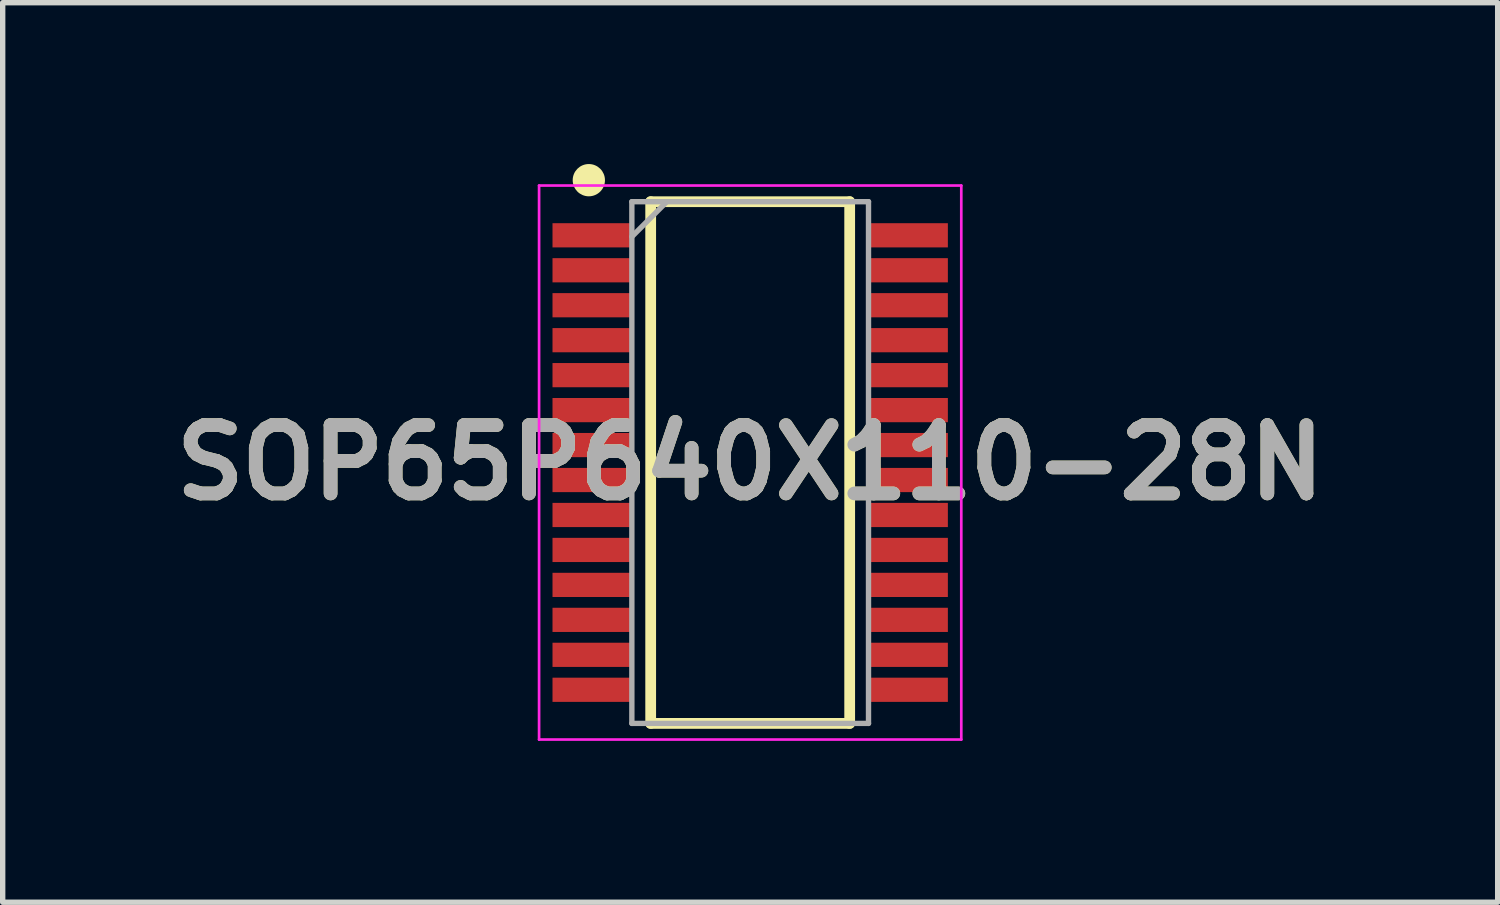
<source format=kicad_pcb>
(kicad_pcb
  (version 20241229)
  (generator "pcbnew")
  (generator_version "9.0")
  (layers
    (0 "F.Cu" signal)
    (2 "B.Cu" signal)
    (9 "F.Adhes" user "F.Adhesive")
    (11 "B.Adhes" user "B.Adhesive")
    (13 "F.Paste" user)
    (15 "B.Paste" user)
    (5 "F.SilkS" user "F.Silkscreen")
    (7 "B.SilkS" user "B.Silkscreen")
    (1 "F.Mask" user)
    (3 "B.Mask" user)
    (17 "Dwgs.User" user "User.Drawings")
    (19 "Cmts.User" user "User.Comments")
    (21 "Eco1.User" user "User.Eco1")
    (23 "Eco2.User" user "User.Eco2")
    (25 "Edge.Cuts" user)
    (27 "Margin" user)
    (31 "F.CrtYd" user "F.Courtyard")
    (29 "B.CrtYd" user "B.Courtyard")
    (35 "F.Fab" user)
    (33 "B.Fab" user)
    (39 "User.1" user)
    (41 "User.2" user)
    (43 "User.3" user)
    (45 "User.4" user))
  (footprint "SOP65P640X110-28N"
    (layer "F.Cu")
    (at 10.898 5.55)
    (property "Reference" "SOP65P640X110-28N" (at 0 0 0) (layer "F.SilkS") (effects (font (size 1.27 1.27) (thickness 0.254))))
    (attr smd)
    (fp_line (start -1.85 -4.85) (end 1.85 -4.85) (stroke (width 0.2) (type solid)) (layer "F.SilkS"))
    (fp_line (start -1.85 4.85) (end -1.85 -4.85) (stroke (width 0.2) (type solid)) (layer "F.SilkS"))
    (fp_line (start 1.85 -4.85) (end 1.85 4.85) (stroke (width 0.2) (type solid)) (layer "F.SilkS"))
    (fp_line (start 1.85 4.85) (end -1.85 4.85) (stroke (width 0.2) (type solid)) (layer "F.SilkS"))
    (fp_circle (center -3 -5.25) (end -2.75 -5.25) (stroke (width 0.1) (type solid)) (fill yes) (layer "F.SilkS"))
    (fp_line (start -3.925 -5.15) (end 3.925 -5.15) (stroke (width 0.05) (type solid)) (layer "F.CrtYd"))
    (fp_line (start -3.925 5.15) (end -3.925 -5.15) (stroke (width 0.05) (type solid)) (layer "F.CrtYd"))
    (fp_line (start 3.925 -5.15) (end 3.925 5.15) (stroke (width 0.05) (type solid)) (layer "F.CrtYd"))
    (fp_line (start 3.925 5.15) (end -3.925 5.15) (stroke (width 0.05) (type solid)) (layer "F.CrtYd"))
    (fp_line (start -2.2 -4.85) (end 2.2 -4.85) (stroke (width 0.1) (type solid)) (layer "F.Fab"))
    (fp_line (start -2.2 -4.2) (end -1.55 -4.85) (stroke (width 0.1) (type solid)) (layer "F.Fab"))
    (fp_line (start -2.2 4.85) (end -2.2 -4.85) (stroke (width 0.1) (type solid)) (layer "F.Fab"))
    (fp_line (start 2.2 -4.85) (end 2.2 4.85) (stroke (width 0.1) (type solid)) (layer "F.Fab"))
    (fp_line (start 2.2 4.85) (end -2.2 4.85) (stroke (width 0.1) (type solid)) (layer "F.Fab"))
    (fp_text user "${REFERENCE}" (at 0 0 0) (layer "F.Fab") (effects (font (size 1.27 1.27) (thickness 0.254))))
    (pad "1" smd rect (at -2.938 -4.225 90) (size 0.45 1.475) (layers "F.Cu" "F.Mask" "F.Paste"))
    (pad "2" smd rect (at -2.938 -3.575 90) (size 0.45 1.475) (layers "F.Cu" "F.Mask" "F.Paste"))
    (pad "3" smd rect (at -2.938 -2.925 90) (size 0.45 1.475) (layers "F.Cu" "F.Mask" "F.Paste"))
    (pad "4" smd rect (at -2.938 -2.275 90) (size 0.45 1.475) (layers "F.Cu" "F.Mask" "F.Paste"))
    (pad "5" smd rect (at -2.938 -1.625 90) (size 0.45 1.475) (layers "F.Cu" "F.Mask" "F.Paste"))
    (pad "6" smd rect (at -2.938 -0.975 90) (size 0.45 1.475) (layers "F.Cu" "F.Mask" "F.Paste"))
    (pad "7" smd rect (at -2.938 -0.325 90) (size 0.45 1.475) (layers "F.Cu" "F.Mask" "F.Paste"))
    (pad "8" smd rect (at -2.938 0.325 90) (size 0.45 1.475) (layers "F.Cu" "F.Mask" "F.Paste"))
    (pad "9" smd rect (at -2.938 0.975 90) (size 0.45 1.475) (layers "F.Cu" "F.Mask" "F.Paste"))
    (pad "10" smd rect (at -2.938 1.625 90) (size 0.45 1.475) (layers "F.Cu" "F.Mask" "F.Paste"))
    (pad "11" smd rect (at -2.938 2.275 90) (size 0.45 1.475) (layers "F.Cu" "F.Mask" "F.Paste"))
    (pad "12" smd rect (at -2.938 2.925 90) (size 0.45 1.475) (layers "F.Cu" "F.Mask" "F.Paste"))
    (pad "13" smd rect (at -2.938 3.575 90) (size 0.45 1.475) (layers "F.Cu" "F.Mask" "F.Paste"))
    (pad "14" smd rect (at -2.938 4.225 90) (size 0.45 1.475) (layers "F.Cu" "F.Mask" "F.Paste"))
    (pad "15" smd rect (at 2.938 4.225 90) (size 0.45 1.475) (layers "F.Cu" "F.Mask" "F.Paste"))
    (pad "16" smd rect (at 2.938 3.575 90) (size 0.45 1.475) (layers "F.Cu" "F.Mask" "F.Paste"))
    (pad "17" smd rect (at 2.938 2.925 90) (size 0.45 1.475) (layers "F.Cu" "F.Mask" "F.Paste"))
    (pad "18" smd rect (at 2.938 2.275 90) (size 0.45 1.475) (layers "F.Cu" "F.Mask" "F.Paste"))
    (pad "19" smd rect (at 2.938 1.625 90) (size 0.45 1.475) (layers "F.Cu" "F.Mask" "F.Paste"))
    (pad "20" smd rect (at 2.938 0.975 90) (size 0.45 1.475) (layers "F.Cu" "F.Mask" "F.Paste"))
    (pad "21" smd rect (at 2.938 0.325 90) (size 0.45 1.475) (layers "F.Cu" "F.Mask" "F.Paste"))
    (pad "22" smd rect (at 2.938 -0.325 90) (size 0.45 1.475) (layers "F.Cu" "F.Mask" "F.Paste"))
    (pad "23" smd rect (at 2.938 -0.975 90) (size 0.45 1.475) (layers "F.Cu" "F.Mask" "F.Paste"))
    (pad "24" smd rect (at 2.938 -1.625 90) (size 0.45 1.475) (layers "F.Cu" "F.Mask" "F.Paste"))
    (pad "25" smd rect (at 2.938 -2.275 90) (size 0.45 1.475) (layers "F.Cu" "F.Mask" "F.Paste"))
    (pad "26" smd rect (at 2.938 -2.925 90) (size 0.45 1.475) (layers "F.Cu" "F.Mask" "F.Paste"))
    (pad "27" smd rect (at 2.938 -3.575 90) (size 0.45 1.475) (layers "F.Cu" "F.Mask" "F.Paste"))
    (pad "28" smd rect (at 2.938 -4.225 90) (size 0.45 1.475) (layers "F.Cu" "F.Mask" "F.Paste")))
  (gr_rect
    (start -3 -3)
    (end 24.796 13.725)
    (stroke (width 0.1) (type default))
    (fill no)
    (layer "Edge.Cuts")))
</source>
